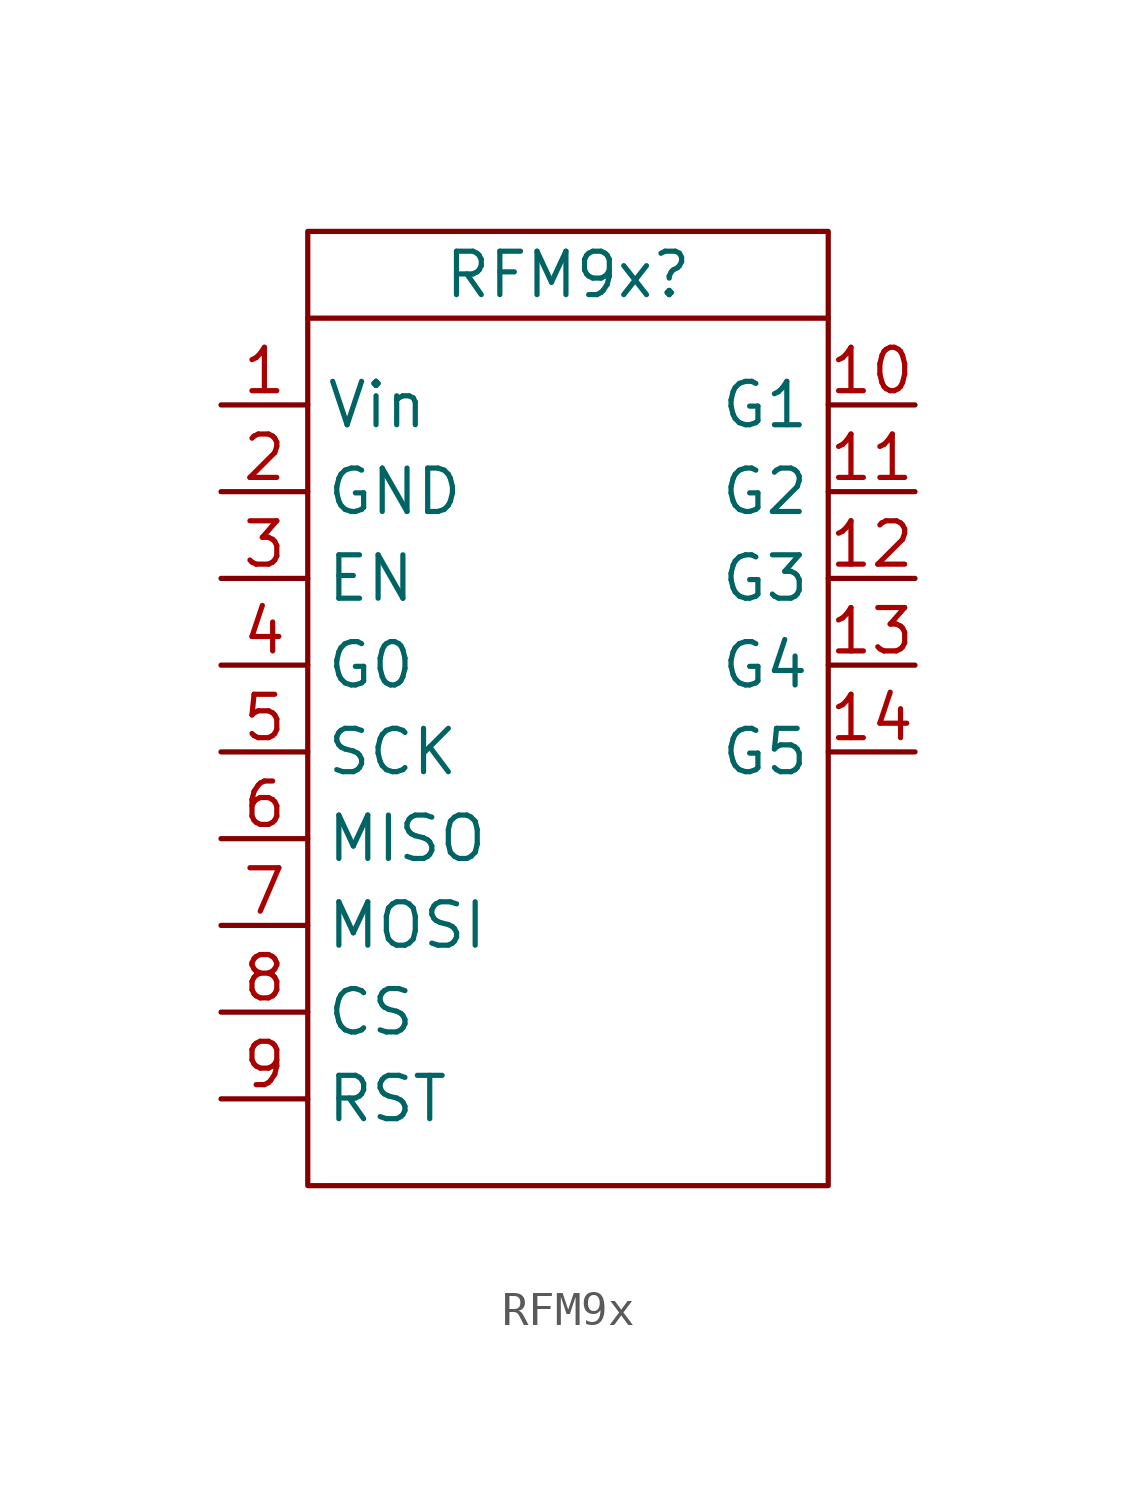
<source format=kicad_sym>
(kicad_symbol_lib
  (version 20231120)
  (generator "kicad_symbol_editor")
  (generator_version "8.0")
  (symbol "RFM9x"
    (property "Reference" "RFM9x"
      (at 0 7.62 0)
      (do_not_autoplace)
      (effects (font (size 1.27 1.27))))
    (property "Value" ""
      (at 0 0 0)
      (effects (font (size 1.27 1.27))))
    (symbol "RFM9x_0_1"
      (rectangle (start -7.62 8.89) (end 7.62 -19.05) (stroke (width 0) (type default)) (fill (type none)))
      (polyline (pts (xy -7.62 6.35) (xy 7.62 6.35)) (stroke (width 0) (type default)) (fill (type none))))
    (symbol "RFM9x_1_1"
      (pin input line (at -10.16 3.81 0) (length 2.54) (name "Vin" (effects (font (size 1.27 1.27)))) (number "1" (effects (font (size 1.27 1.27)))))
      (pin output line (at 10.16 3.81 180) (length 2.54) (name "G1" (effects (font (size 1.27 1.27)))) (number "10" (effects (font (size 1.27 1.27)))))
      (pin output line (at 10.16 1.27 180) (length 2.54) (name "G2" (effects (font (size 1.27 1.27)))) (number "11" (effects (font (size 1.27 1.27)))))
      (pin output line (at 10.16 -1.27 180) (length 2.54) (name "G3" (effects (font (size 1.27 1.27)))) (number "12" (effects (font (size 1.27 1.27)))))
      (pin output line (at 10.16 -3.81 180) (length 2.54) (name "G4" (effects (font (size 1.27 1.27)))) (number "13" (effects (font (size 1.27 1.27)))))
      (pin output line (at 10.16 -6.35 180) (length 2.54) (name "G5" (effects (font (size 1.27 1.27)))) (number "14" (effects (font (size 1.27 1.27)))))
      (pin input line (at -10.16 1.27 0) (length 2.54) (name "GND" (effects (font (size 1.27 1.27)))) (number "2" (effects (font (size 1.27 1.27)))))
      (pin input line (at -10.16 -1.27 0) (length 2.54) (name "EN" (effects (font (size 1.27 1.27)))) (number "3" (effects (font (size 1.27 1.27)))))
      (pin output line (at -10.16 -3.81 0) (length 2.54) (name "G0" (effects (font (size 1.27 1.27)))) (number "4" (effects (font (size 1.27 1.27)))))
      (pin input line (at -10.16 -6.35 0) (length 2.54) (name "SCK" (effects (font (size 1.27 1.27)))) (number "5" (effects (font (size 1.27 1.27)))))
      (pin input line (at -10.16 -8.89 0) (length 2.54) (name "MISO" (effects (font (size 1.27 1.27)))) (number "6" (effects (font (size 1.27 1.27)))))
      (pin input line (at -10.16 -11.43 0) (length 2.54) (name "MOSI" (effects (font (size 1.27 1.27)))) (number "7" (effects (font (size 1.27 1.27)))))
      (pin input line (at -10.16 -13.97 0) (length 2.54) (name "CS" (effects (font (size 1.27 1.27)))) (number "8" (effects (font (size 1.27 1.27)))))
      (pin input line (at -10.16 -16.51 0) (length 2.54) (name "RST" (effects (font (size 1.27 1.27)))) (number "9" (effects (font (size 1.27 1.27))))))))
</source>
